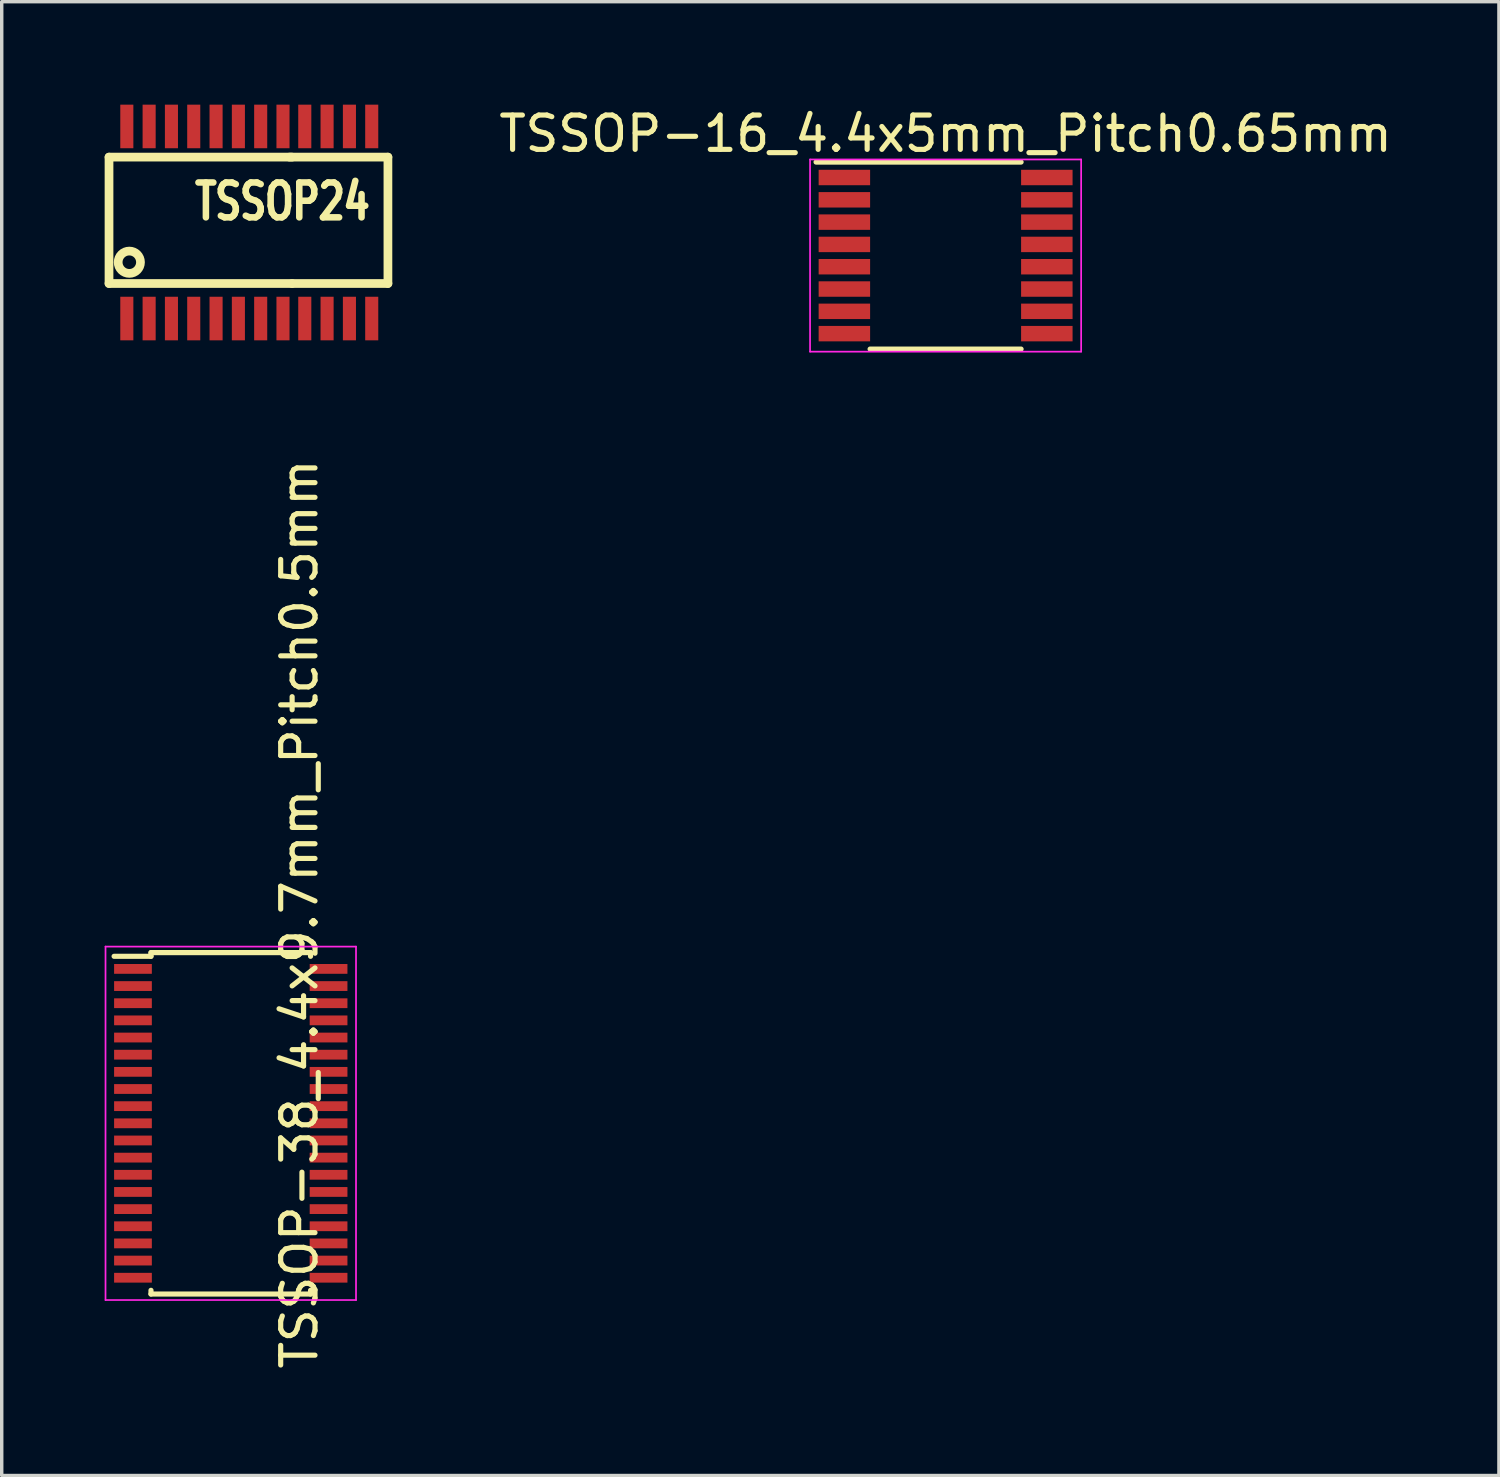
<source format=kicad_pcb>
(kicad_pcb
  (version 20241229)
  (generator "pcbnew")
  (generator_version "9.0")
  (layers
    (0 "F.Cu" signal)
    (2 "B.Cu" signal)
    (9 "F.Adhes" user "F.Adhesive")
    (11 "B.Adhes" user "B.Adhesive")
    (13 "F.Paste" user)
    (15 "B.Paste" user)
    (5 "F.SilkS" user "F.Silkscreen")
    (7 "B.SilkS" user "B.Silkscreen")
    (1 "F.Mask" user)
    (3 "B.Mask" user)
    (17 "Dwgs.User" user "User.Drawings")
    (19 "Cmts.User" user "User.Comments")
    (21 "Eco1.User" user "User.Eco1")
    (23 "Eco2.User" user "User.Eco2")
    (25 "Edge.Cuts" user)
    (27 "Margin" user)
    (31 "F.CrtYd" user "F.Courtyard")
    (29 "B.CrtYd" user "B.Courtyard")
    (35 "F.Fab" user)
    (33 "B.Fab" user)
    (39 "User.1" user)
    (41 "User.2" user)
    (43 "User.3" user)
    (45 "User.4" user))
  (footprint "TSSOP-38_4.4x9.7mm_Pitch0.5mm"
    (layer "F.Cu")
    (at 3.675 29.686)
    (property "Reference" "TSSOP-38_4.4x9.7mm_Pitch0.5mm" (at 2 -6.1 90) (layer "F.SilkS") (effects (font (size 1 1) (thickness 0.15))))
    (attr smd)
    (fp_line (start -2.325 -4.975) (end -2.325 -4.867) (stroke (width 0.15) (type solid)) (layer "F.SilkS"))
    (fp_line (start -2.325 -4.975) (end 2.325 -4.975) (stroke (width 0.15) (type solid)) (layer "F.SilkS"))
    (fp_line (start -2.325 -4.867) (end -3.4 -4.867) (stroke (width 0.15) (type solid)) (layer "F.SilkS"))
    (fp_line (start -2.325 4.975) (end -2.325 4.867) (stroke (width 0.15) (type solid)) (layer "F.SilkS"))
    (fp_line (start -2.325 4.975) (end 2.325 4.975) (stroke (width 0.15) (type solid)) (layer "F.SilkS"))
    (fp_line (start 2.325 -4.975) (end 2.325 -4.867) (stroke (width 0.15) (type solid)) (layer "F.SilkS"))
    (fp_line (start 2.325 4.975) (end 2.325 4.867) (stroke (width 0.15) (type solid)) (layer "F.SilkS"))
    (fp_line (start -3.65 -5.15) (end -3.65 5.15) (stroke (width 0.05) (type solid)) (layer "F.CrtYd"))
    (fp_line (start -3.65 -5.15) (end 3.65 -5.15) (stroke (width 0.05) (type solid)) (layer "F.CrtYd"))
    (fp_line (start -3.65 5.15) (end 3.65 5.15) (stroke (width 0.05) (type solid)) (layer "F.CrtYd"))
    (fp_line (start 3.65 -5.15) (end 3.65 5.15) (stroke (width 0.05) (type solid)) (layer "F.CrtYd"))
    (pad "1" smd rect (at -2.85 -4.5) (size 1.1 0.285) (layers "F.Cu" "F.Mask" "F.Paste"))
    (pad "2" smd rect (at -2.85 -4) (size 1.1 0.285) (layers "F.Cu" "F.Mask" "F.Paste"))
    (pad "3" smd rect (at -2.85 -3.5) (size 1.1 0.285) (layers "F.Cu" "F.Mask" "F.Paste"))
    (pad "4" smd rect (at -2.85 -3) (size 1.1 0.285) (layers "F.Cu" "F.Mask" "F.Paste"))
    (pad "5" smd rect (at -2.85 -2.5) (size 1.1 0.285) (layers "F.Cu" "F.Mask" "F.Paste"))
    (pad "6" smd rect (at -2.85 -2) (size 1.1 0.285) (layers "F.Cu" "F.Mask" "F.Paste"))
    (pad "7" smd rect (at -2.85 -1.5) (size 1.1 0.285) (layers "F.Cu" "F.Mask" "F.Paste"))
    (pad "8" smd rect (at -2.85 -1) (size 1.1 0.285) (layers "F.Cu" "F.Mask" "F.Paste"))
    (pad "9" smd rect (at -2.85 -0.5) (size 1.1 0.285) (layers "F.Cu" "F.Mask" "F.Paste"))
    (pad "10" smd rect (at -2.85 0) (size 1.1 0.285) (layers "F.Cu" "F.Mask" "F.Paste"))
    (pad "11" smd rect (at -2.85 0.5) (size 1.1 0.285) (layers "F.Cu" "F.Mask" "F.Paste"))
    (pad "12" smd rect (at -2.85 1) (size 1.1 0.285) (layers "F.Cu" "F.Mask" "F.Paste"))
    (pad "13" smd rect (at -2.85 1.5) (size 1.1 0.285) (layers "F.Cu" "F.Mask" "F.Paste"))
    (pad "14" smd rect (at -2.85 2) (size 1.1 0.285) (layers "F.Cu" "F.Mask" "F.Paste"))
    (pad "15" smd rect (at -2.85 2.5) (size 1.1 0.285) (layers "F.Cu" "F.Mask" "F.Paste"))
    (pad "16" smd rect (at -2.85 3) (size 1.1 0.285) (layers "F.Cu" "F.Mask" "F.Paste"))
    (pad "17" smd rect (at -2.85 3.5) (size 1.1 0.285) (layers "F.Cu" "F.Mask" "F.Paste"))
    (pad "18" smd rect (at -2.85 4) (size 1.1 0.285) (layers "F.Cu" "F.Mask" "F.Paste"))
    (pad "19" smd rect (at -2.85 4.5) (size 1.1 0.285) (layers "F.Cu" "F.Mask" "F.Paste"))
    (pad "20" smd rect (at 2.85 4.5) (size 1.1 0.285) (layers "F.Cu" "F.Mask" "F.Paste"))
    (pad "21" smd rect (at 2.85 4) (size 1.1 0.285) (layers "F.Cu" "F.Mask" "F.Paste"))
    (pad "22" smd rect (at 2.85 3.5) (size 1.1 0.285) (layers "F.Cu" "F.Mask" "F.Paste"))
    (pad "23" smd rect (at 2.85 3) (size 1.1 0.285) (layers "F.Cu" "F.Mask" "F.Paste"))
    (pad "24" smd rect (at 2.85 2.5) (size 1.1 0.285) (layers "F.Cu" "F.Mask" "F.Paste"))
    (pad "25" smd rect (at 2.85 2) (size 1.1 0.285) (layers "F.Cu" "F.Mask" "F.Paste"))
    (pad "26" smd rect (at 2.85 1.5) (size 1.1 0.285) (layers "F.Cu" "F.Mask" "F.Paste"))
    (pad "27" smd rect (at 2.85 1) (size 1.1 0.285) (layers "F.Cu" "F.Mask" "F.Paste"))
    (pad "28" smd rect (at 2.85 0.5) (size 1.1 0.285) (layers "F.Cu" "F.Mask" "F.Paste"))
    (pad "29" smd rect (at 2.85 0) (size 1.1 0.285) (layers "F.Cu" "F.Mask" "F.Paste"))
    (pad "30" smd rect (at 2.85 -0.5) (size 1.1 0.285) (layers "F.Cu" "F.Mask" "F.Paste"))
    (pad "31" smd rect (at 2.85 -1) (size 1.1 0.285) (layers "F.Cu" "F.Mask" "F.Paste"))
    (pad "32" smd rect (at 2.85 -1.5) (size 1.1 0.285) (layers "F.Cu" "F.Mask" "F.Paste"))
    (pad "33" smd rect (at 2.85 -2) (size 1.1 0.285) (layers "F.Cu" "F.Mask" "F.Paste"))
    (pad "34" smd rect (at 2.85 -2.5) (size 1.1 0.285) (layers "F.Cu" "F.Mask" "F.Paste"))
    (pad "35" smd rect (at 2.85 -3) (size 1.1 0.285) (layers "F.Cu" "F.Mask" "F.Paste"))
    (pad "36" smd rect (at 2.85 -3.5) (size 1.1 0.285) (layers "F.Cu" "F.Mask" "F.Paste"))
    (pad "37" smd rect (at 2.85 -4) (size 1.1 0.285) (layers "F.Cu" "F.Mask" "F.Paste"))
    (pad "38" smd rect (at 2.85 -4.5) (size 1.1 0.285) (layers "F.Cu" "F.Mask" "F.Paste")))
  (footprint "TSSOP-16_4.4x5mm_Pitch0.65mm"
    (layer "F.Cu")
    (at 24.507 4.398)
    (property "Reference" "TSSOP-16_4.4x5mm_Pitch0.65mm" (at 0 -3.55 0) (layer "F.SilkS") (effects (font (size 1 1) (thickness 0.15))))
    (attr smd)
    (fp_line (start -3.775 -2.725) (end 2.2 -2.725) (stroke (width 0.15) (type solid)) (layer "F.SilkS"))
    (fp_line (start -2.2 2.725) (end 2.2 2.725) (stroke (width 0.15) (type solid)) (layer "F.SilkS"))
    (fp_line (start -3.95 -2.8) (end -3.95 2.8) (stroke (width 0.05) (type solid)) (layer "F.CrtYd"))
    (fp_line (start -3.95 -2.8) (end 3.95 -2.8) (stroke (width 0.05) (type solid)) (layer "F.CrtYd"))
    (fp_line (start -3.95 2.8) (end 3.95 2.8) (stroke (width 0.05) (type solid)) (layer "F.CrtYd"))
    (fp_line (start 3.95 -2.8) (end 3.95 2.8) (stroke (width 0.05) (type solid)) (layer "F.CrtYd"))
    (pad "1" smd rect (at -2.95 -2.275) (size 1.5 0.45) (layers "F.Cu" "F.Mask" "F.Paste"))
    (pad "2" smd rect (at -2.95 -1.625) (size 1.5 0.45) (layers "F.Cu" "F.Mask" "F.Paste"))
    (pad "3" smd rect (at -2.95 -0.975) (size 1.5 0.45) (layers "F.Cu" "F.Mask" "F.Paste"))
    (pad "4" smd rect (at -2.95 -0.325) (size 1.5 0.45) (layers "F.Cu" "F.Mask" "F.Paste"))
    (pad "5" smd rect (at -2.95 0.325) (size 1.5 0.45) (layers "F.Cu" "F.Mask" "F.Paste"))
    (pad "6" smd rect (at -2.95 0.975) (size 1.5 0.45) (layers "F.Cu" "F.Mask" "F.Paste"))
    (pad "7" smd rect (at -2.95 1.625) (size 1.5 0.45) (layers "F.Cu" "F.Mask" "F.Paste"))
    (pad "8" smd rect (at -2.95 2.275) (size 1.5 0.45) (layers "F.Cu" "F.Mask" "F.Paste"))
    (pad "9" smd rect (at 2.95 2.275) (size 1.5 0.45) (layers "F.Cu" "F.Mask" "F.Paste"))
    (pad "10" smd rect (at 2.95 1.625) (size 1.5 0.45) (layers "F.Cu" "F.Mask" "F.Paste"))
    (pad "11" smd rect (at 2.95 0.975) (size 1.5 0.45) (layers "F.Cu" "F.Mask" "F.Paste"))
    (pad "12" smd rect (at 2.95 0.325) (size 1.5 0.45) (layers "F.Cu" "F.Mask" "F.Paste"))
    (pad "13" smd rect (at 2.95 -0.325) (size 1.5 0.45) (layers "F.Cu" "F.Mask" "F.Paste"))
    (pad "14" smd rect (at 2.95 -0.975) (size 1.5 0.45) (layers "F.Cu" "F.Mask" "F.Paste"))
    (pad "15" smd rect (at 2.95 -1.625) (size 1.5 0.45) (layers "F.Cu" "F.Mask" "F.Paste"))
    (pad "16" smd rect (at 2.95 -2.275) (size 1.5 0.45) (layers "F.Cu" "F.Mask" "F.Paste")))
  (footprint "TSSOP24"
    (layer "F.Cu")
    (at 3.785 3.586)
    (property "Reference" "TSSOP24" (at 1.397 -0.762 0) (layer "F.SilkS") (effects (font (size 1.016 0.762) (thickness 0.191))))
    (attr smd)
    (fp_line (start -3.658 -2.057) (end 1.676 -2.057) (stroke (width 0.254) (type solid)) (layer "F.SilkS"))
    (fp_line (start -3.658 1.626) (end -3.658 -2.057) (stroke (width 0.254) (type solid)) (layer "F.SilkS"))
    (fp_line (start 1.676 1.626) (end -3.658 1.626) (stroke (width 0.254) (type solid)) (layer "F.SilkS"))
    (fp_line (start 4.47 -2.057) (end 1.6 -2.057) (stroke (width 0.254) (type solid)) (layer "F.SilkS"))
    (fp_line (start 4.47 -2.057) (end 4.47 1.626) (stroke (width 0.254) (type solid)) (layer "F.SilkS"))
    (fp_line (start 4.47 1.626) (end 1.676 1.626) (stroke (width 0.254) (type solid)) (layer "F.SilkS"))
    (fp_circle (center -3.066 1.006) (end -3.269 1.26) (stroke (width 0.254) (type solid)) (fill no) (layer "F.SilkS"))
    (pad "1" smd rect (at -3.139 2.647) (size 0.381 1.27) (layers "F.Cu" "F.Mask" "F.Paste"))
    (pad "2" smd rect (at -2.489 2.647) (size 0.381 1.27) (layers "F.Cu" "F.Mask" "F.Paste"))
    (pad "3" smd rect (at -1.839 2.647) (size 0.381 1.27) (layers "F.Cu" "F.Mask" "F.Paste"))
    (pad "4" smd rect (at -1.189 2.647) (size 0.381 1.27) (layers "F.Cu" "F.Mask" "F.Paste"))
    (pad "5" smd rect (at -0.538 2.647) (size 0.381 1.27) (layers "F.Cu" "F.Mask" "F.Paste"))
    (pad "6" smd rect (at 0.112 2.647) (size 0.381 1.27) (layers "F.Cu" "F.Mask" "F.Paste"))
    (pad "7" smd rect (at 0.762 2.647) (size 0.381 1.27) (layers "F.Cu" "F.Mask" "F.Paste"))
    (pad "8" smd rect (at 1.412 2.647) (size 0.381 1.27) (layers "F.Cu" "F.Mask" "F.Paste"))
    (pad "9" smd rect (at 2.047 2.647) (size 0.381 1.27) (layers "F.Cu" "F.Mask" "F.Paste"))
    (pad "10" smd rect (at 2.697 2.647) (size 0.381 1.27) (layers "F.Cu" "F.Mask" "F.Paste"))
    (pad "11" smd rect (at 3.348 2.647) (size 0.381 1.27) (layers "F.Cu" "F.Mask" "F.Paste"))
    (pad "12" smd rect (at 3.998 2.647) (size 0.381 1.27) (layers "F.Cu" "F.Mask" "F.Paste"))
    (pad "13" smd rect (at 3.998 -2.951) (size 0.381 1.27) (layers "F.Cu" "F.Mask" "F.Paste"))
    (pad "14" smd rect (at 3.348 -2.951) (size 0.381 1.27) (layers "F.Cu" "F.Mask" "F.Paste"))
    (pad "15" smd rect (at 2.697 -2.951) (size 0.381 1.27) (layers "F.Cu" "F.Mask" "F.Paste"))
    (pad "16" smd rect (at 2.047 -2.951) (size 0.381 1.27) (layers "F.Cu" "F.Mask" "F.Paste"))
    (pad "17" smd rect (at 1.412 -2.951) (size 0.381 1.27) (layers "F.Cu" "F.Mask" "F.Paste"))
    (pad "18" smd rect (at 0.762 -2.951) (size 0.381 1.27) (layers "F.Cu" "F.Mask" "F.Paste"))
    (pad "19" smd rect (at 0.112 -2.951) (size 0.381 1.27) (layers "F.Cu" "F.Mask" "F.Paste"))
    (pad "20" smd rect (at -0.538 -2.951) (size 0.381 1.27) (layers "F.Cu" "F.Mask" "F.Paste"))
    (pad "21" smd rect (at -1.189 -2.951) (size 0.381 1.27) (layers "F.Cu" "F.Mask" "F.Paste"))
    (pad "22" smd rect (at -1.839 -2.951) (size 0.381 1.27) (layers "F.Cu" "F.Mask" "F.Paste"))
    (pad "23" smd rect (at -2.489 -2.951) (size 0.381 1.27) (layers "F.Cu" "F.Mask" "F.Paste"))
    (pad "24" smd rect (at -3.139 -2.951) (size 0.381 1.27) (layers "F.Cu" "F.Mask" "F.Paste")))
  (gr_rect
    (start -3 -3)
    (end 40.632 39.949)
    (stroke (width 0.1) (type default))
    (fill no)
    (layer "Edge.Cuts")))
</source>
